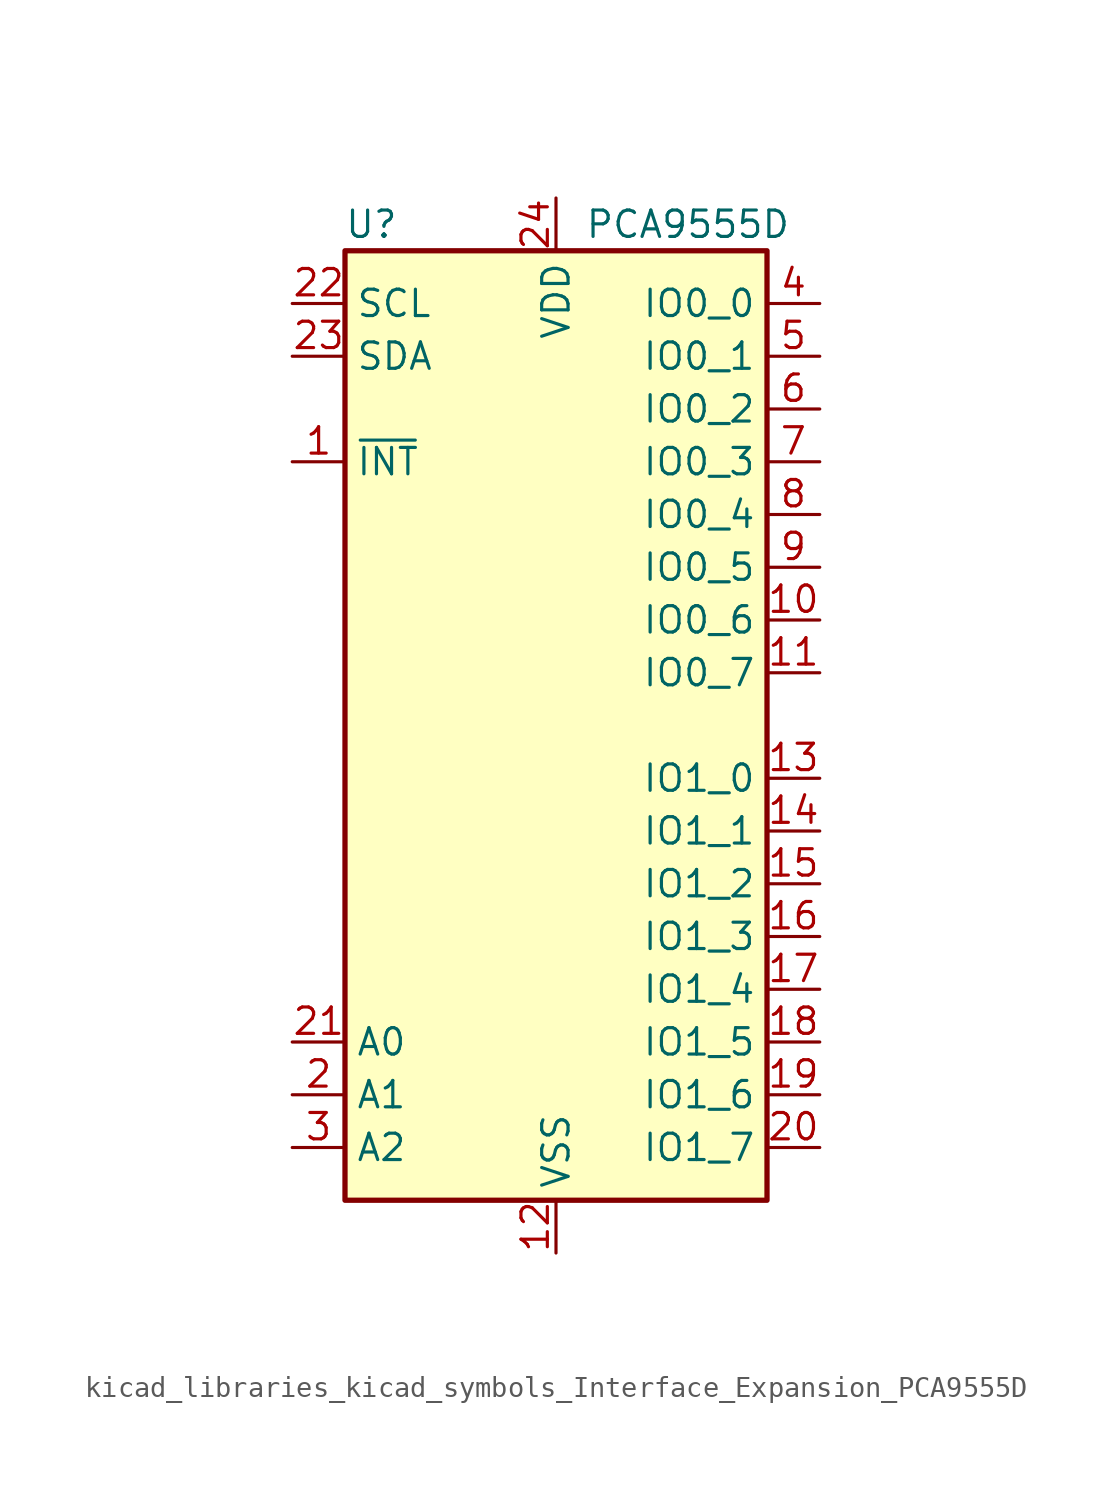
<source format=kicad_sym>
(kicad_symbol_lib
  (version 20220914)
  (generator kicad_symbol_editor)
  (symbol "kicad_libraries_kicad_symbols_Interface_Expansion_PCA9555D"
    (property "Reference" "U"
      (at -8.89 24.13 0)
      (effects (font (size 1.27 1.27))))
    (property "Value" "PCA9555D"
      (at 6.35 24.13 0)
      (effects (font (size 1.27 1.27))))
    (symbol "kicad_libraries_kicad_symbols_Interface_Expansion_PCA9555D_0_1"
      (rectangle (start -10.16 22.86) (end 10.16 -22.86) (stroke (width 0.254) (type default)) (fill (type background))))
    (symbol "kicad_libraries_kicad_symbols_Interface_Expansion_PCA9555D_1_1"
      (pin open_collector line (at -12.7 12.7 0) (length 2.54) (name "~{INT}" (effects (font (size 1.27 1.27)))) (number "1" (effects (font (size 1.27 1.27)))))
      (pin bidirectional line (at 12.7 5.08 180) (length 2.54) (name "IO0_6" (effects (font (size 1.27 1.27)))) (number "10" (effects (font (size 1.27 1.27)))))
      (pin bidirectional line (at 12.7 2.54 180) (length 2.54) (name "IO0_7" (effects (font (size 1.27 1.27)))) (number "11" (effects (font (size 1.27 1.27)))))
      (pin power_in line (at 0 -25.4 90) (length 2.54) (name "VSS" (effects (font (size 1.27 1.27)))) (number "12" (effects (font (size 1.27 1.27)))))
      (pin bidirectional line (at 12.7 -2.54 180) (length 2.54) (name "IO1_0" (effects (font (size 1.27 1.27)))) (number "13" (effects (font (size 1.27 1.27)))))
      (pin bidirectional line (at 12.7 -5.08 180) (length 2.54) (name "IO1_1" (effects (font (size 1.27 1.27)))) (number "14" (effects (font (size 1.27 1.27)))))
      (pin bidirectional line (at 12.7 -7.62 180) (length 2.54) (name "IO1_2" (effects (font (size 1.27 1.27)))) (number "15" (effects (font (size 1.27 1.27)))))
      (pin bidirectional line (at 12.7 -10.16 180) (length 2.54) (name "IO1_3" (effects (font (size 1.27 1.27)))) (number "16" (effects (font (size 1.27 1.27)))))
      (pin bidirectional line (at 12.7 -12.7 180) (length 2.54) (name "IO1_4" (effects (font (size 1.27 1.27)))) (number "17" (effects (font (size 1.27 1.27)))))
      (pin bidirectional line (at 12.7 -15.24 180) (length 2.54) (name "IO1_5" (effects (font (size 1.27 1.27)))) (number "18" (effects (font (size 1.27 1.27)))))
      (pin bidirectional line (at 12.7 -17.78 180) (length 2.54) (name "IO1_6" (effects (font (size 1.27 1.27)))) (number "19" (effects (font (size 1.27 1.27)))))
      (pin input line (at -12.7 -17.78 0) (length 2.54) (name "A1" (effects (font (size 1.27 1.27)))) (number "2" (effects (font (size 1.27 1.27)))))
      (pin bidirectional line (at 12.7 -20.32 180) (length 2.54) (name "IO1_7" (effects (font (size 1.27 1.27)))) (number "20" (effects (font (size 1.27 1.27)))))
      (pin input line (at -12.7 -15.24 0) (length 2.54) (name "A0" (effects (font (size 1.27 1.27)))) (number "21" (effects (font (size 1.27 1.27)))))
      (pin input line (at -12.7 20.32 0) (length 2.54) (name "SCL" (effects (font (size 1.27 1.27)))) (number "22" (effects (font (size 1.27 1.27)))))
      (pin bidirectional line (at -12.7 17.78 0) (length 2.54) (name "SDA" (effects (font (size 1.27 1.27)))) (number "23" (effects (font (size 1.27 1.27)))))
      (pin power_in line (at 0 25.4 270) (length 2.54) (name "VDD" (effects (font (size 1.27 1.27)))) (number "24" (effects (font (size 1.27 1.27)))))
      (pin input line (at -12.7 -20.32 0) (length 2.54) (name "A2" (effects (font (size 1.27 1.27)))) (number "3" (effects (font (size 1.27 1.27)))))
      (pin bidirectional line (at 12.7 20.32 180) (length 2.54) (name "IO0_0" (effects (font (size 1.27 1.27)))) (number "4" (effects (font (size 1.27 1.27)))))
      (pin bidirectional line (at 12.7 17.78 180) (length 2.54) (name "IO0_1" (effects (font (size 1.27 1.27)))) (number "5" (effects (font (size 1.27 1.27)))))
      (pin bidirectional line (at 12.7 15.24 180) (length 2.54) (name "IO0_2" (effects (font (size 1.27 1.27)))) (number "6" (effects (font (size 1.27 1.27)))))
      (pin bidirectional line (at 12.7 12.7 180) (length 2.54) (name "IO0_3" (effects (font (size 1.27 1.27)))) (number "7" (effects (font (size 1.27 1.27)))))
      (pin bidirectional line (at 12.7 10.16 180) (length 2.54) (name "IO0_4" (effects (font (size 1.27 1.27)))) (number "8" (effects (font (size 1.27 1.27)))))
      (pin bidirectional line (at 12.7 7.62 180) (length 2.54) (name "IO0_5" (effects (font (size 1.27 1.27)))) (number "9" (effects (font (size 1.27 1.27))))))))
</source>
